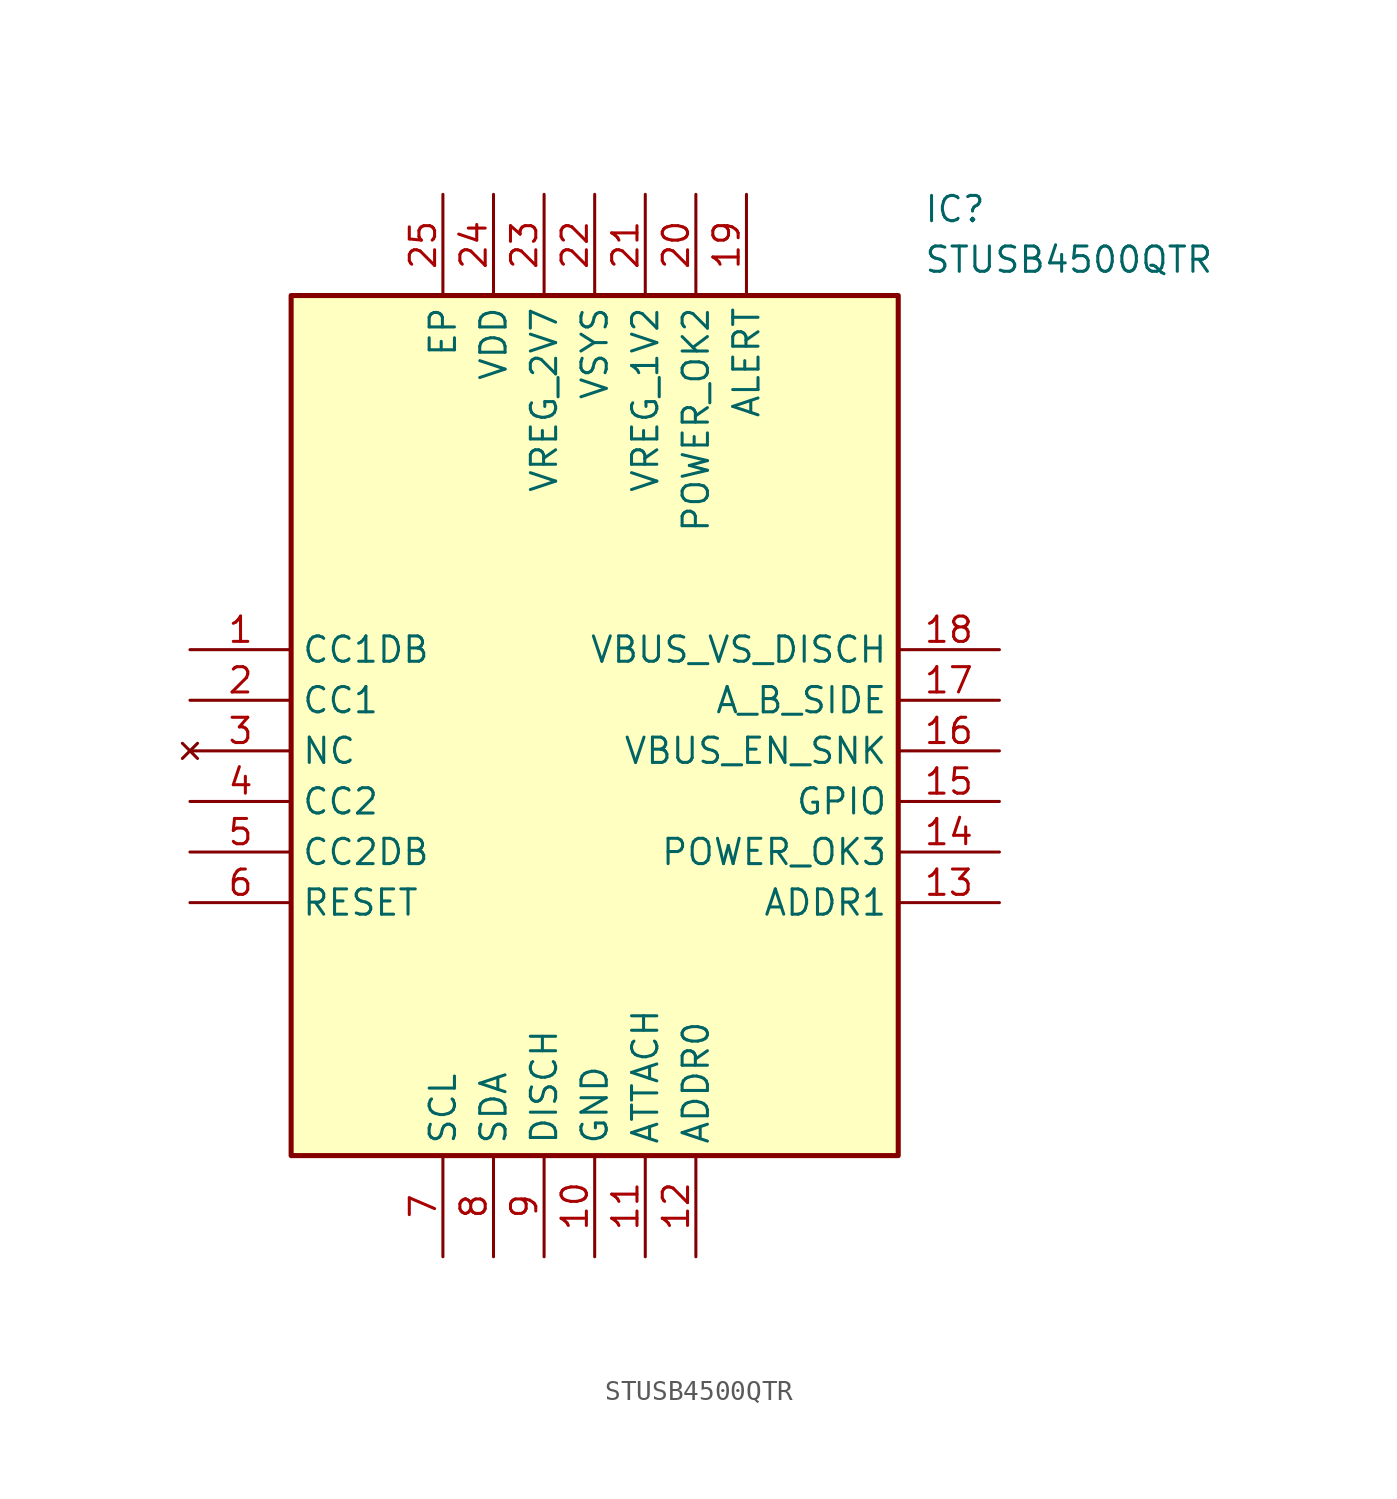
<source format=kicad_sym>
(kicad_symbol_lib
  (version 20220914)
  (generator kicad_symbol_editor)
  (symbol "STUSB4500QTR"
    (property "Reference" "IC"
      (at 36.83 22.86 0)
      (effects (font (size 1.27 1.27)) (justify left top)))
    (property "Value" "STUSB4500QTR"
      (at 36.83 20.32 0)
      (effects (font (size 1.27 1.27)) (justify left top)))
    (symbol "STUSB4500QTR_1_1"
      (rectangle (start 5.08 17.78) (end 35.56 -25.4) (stroke (width 0.254) (type default)) (fill (type background)))
      (pin passive line (at 0 0 0) (length 5.08) (name "CC1DB" (effects (font (size 1.27 1.27)))) (number "1" (effects (font (size 1.27 1.27)))))
      (pin passive line (at 20.32 -30.48 90) (length 5.08) (name "GND" (effects (font (size 1.27 1.27)))) (number "10" (effects (font (size 1.27 1.27)))))
      (pin passive line (at 22.86 -30.48 90) (length 5.08) (name "ATTACH" (effects (font (size 1.27 1.27)))) (number "11" (effects (font (size 1.27 1.27)))))
      (pin passive line (at 25.4 -30.48 90) (length 5.08) (name "ADDR0" (effects (font (size 1.27 1.27)))) (number "12" (effects (font (size 1.27 1.27)))))
      (pin passive line (at 40.64 -12.7 180) (length 5.08) (name "ADDR1" (effects (font (size 1.27 1.27)))) (number "13" (effects (font (size 1.27 1.27)))))
      (pin passive line (at 40.64 -10.16 180) (length 5.08) (name "POWER_OK3" (effects (font (size 1.27 1.27)))) (number "14" (effects (font (size 1.27 1.27)))))
      (pin passive line (at 40.64 -7.62 180) (length 5.08) (name "GPIO" (effects (font (size 1.27 1.27)))) (number "15" (effects (font (size 1.27 1.27)))))
      (pin passive line (at 40.64 -5.08 180) (length 5.08) (name "VBUS_EN_SNK" (effects (font (size 1.27 1.27)))) (number "16" (effects (font (size 1.27 1.27)))))
      (pin passive line (at 40.64 -2.54 180) (length 5.08) (name "A_B_SIDE" (effects (font (size 1.27 1.27)))) (number "17" (effects (font (size 1.27 1.27)))))
      (pin passive line (at 40.64 0 180) (length 5.08) (name "VBUS_VS_DISCH" (effects (font (size 1.27 1.27)))) (number "18" (effects (font (size 1.27 1.27)))))
      (pin passive line (at 27.94 22.86 270) (length 5.08) (name "ALERT" (effects (font (size 1.27 1.27)))) (number "19" (effects (font (size 1.27 1.27)))))
      (pin passive line (at 0 -2.54 0) (length 5.08) (name "CC1" (effects (font (size 1.27 1.27)))) (number "2" (effects (font (size 1.27 1.27)))))
      (pin passive line (at 25.4 22.86 270) (length 5.08) (name "POWER_OK2" (effects (font (size 1.27 1.27)))) (number "20" (effects (font (size 1.27 1.27)))))
      (pin passive line (at 22.86 22.86 270) (length 5.08) (name "VREG_1V2" (effects (font (size 1.27 1.27)))) (number "21" (effects (font (size 1.27 1.27)))))
      (pin passive line (at 20.32 22.86 270) (length 5.08) (name "VSYS" (effects (font (size 1.27 1.27)))) (number "22" (effects (font (size 1.27 1.27)))))
      (pin passive line (at 17.78 22.86 270) (length 5.08) (name "VREG_2V7" (effects (font (size 1.27 1.27)))) (number "23" (effects (font (size 1.27 1.27)))))
      (pin passive line (at 15.24 22.86 270) (length 5.08) (name "VDD" (effects (font (size 1.27 1.27)))) (number "24" (effects (font (size 1.27 1.27)))))
      (pin passive line (at 12.7 22.86 270) (length 5.08) (name "EP" (effects (font (size 1.27 1.27)))) (number "25" (effects (font (size 1.27 1.27)))))
      (pin no_connect line (at 0 -5.08 0) (length 5.08) (name "NC" (effects (font (size 1.27 1.27)))) (number "3" (effects (font (size 1.27 1.27)))))
      (pin passive line (at 0 -7.62 0) (length 5.08) (name "CC2" (effects (font (size 1.27 1.27)))) (number "4" (effects (font (size 1.27 1.27)))))
      (pin passive line (at 0 -10.16 0) (length 5.08) (name "CC2DB" (effects (font (size 1.27 1.27)))) (number "5" (effects (font (size 1.27 1.27)))))
      (pin passive line (at 0 -12.7 0) (length 5.08) (name "RESET" (effects (font (size 1.27 1.27)))) (number "6" (effects (font (size 1.27 1.27)))))
      (pin passive line (at 12.7 -30.48 90) (length 5.08) (name "SCL" (effects (font (size 1.27 1.27)))) (number "7" (effects (font (size 1.27 1.27)))))
      (pin passive line (at 15.24 -30.48 90) (length 5.08) (name "SDA" (effects (font (size 1.27 1.27)))) (number "8" (effects (font (size 1.27 1.27)))))
      (pin passive line (at 17.78 -30.48 90) (length 5.08) (name "DISCH" (effects (font (size 1.27 1.27)))) (number "9" (effects (font (size 1.27 1.27))))))))
</source>
